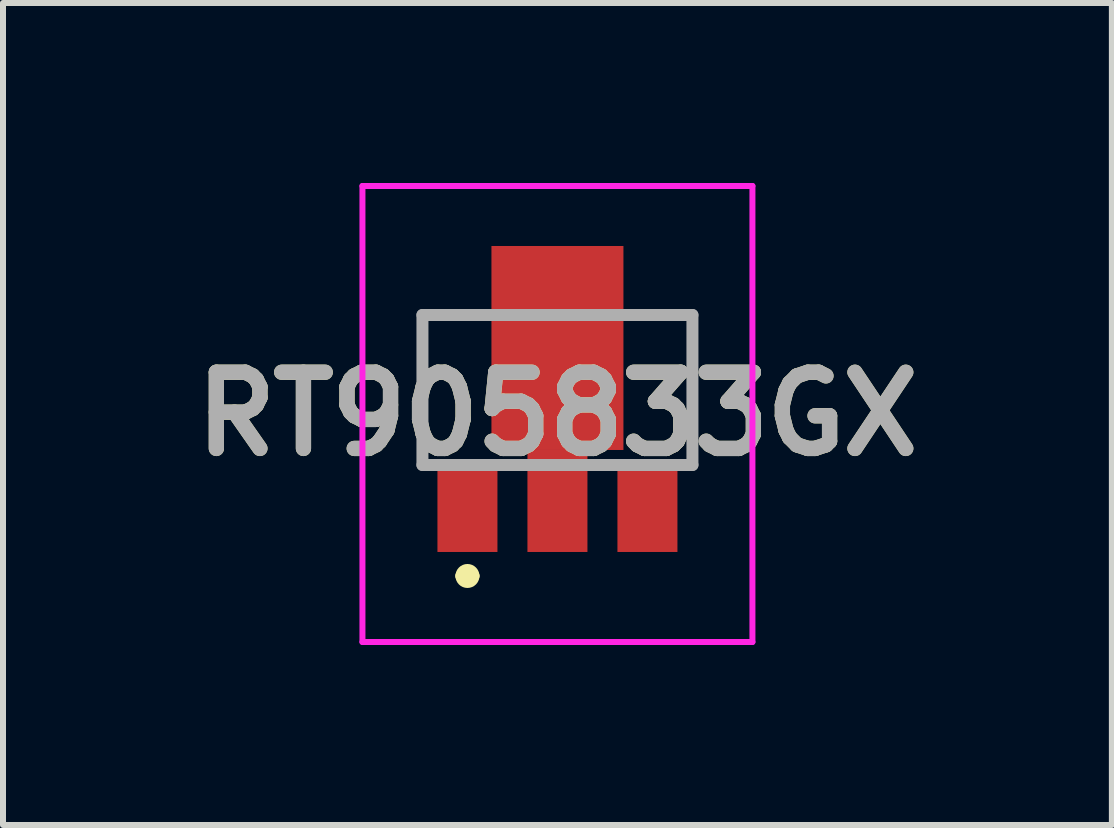
<source format=kicad_pcb>
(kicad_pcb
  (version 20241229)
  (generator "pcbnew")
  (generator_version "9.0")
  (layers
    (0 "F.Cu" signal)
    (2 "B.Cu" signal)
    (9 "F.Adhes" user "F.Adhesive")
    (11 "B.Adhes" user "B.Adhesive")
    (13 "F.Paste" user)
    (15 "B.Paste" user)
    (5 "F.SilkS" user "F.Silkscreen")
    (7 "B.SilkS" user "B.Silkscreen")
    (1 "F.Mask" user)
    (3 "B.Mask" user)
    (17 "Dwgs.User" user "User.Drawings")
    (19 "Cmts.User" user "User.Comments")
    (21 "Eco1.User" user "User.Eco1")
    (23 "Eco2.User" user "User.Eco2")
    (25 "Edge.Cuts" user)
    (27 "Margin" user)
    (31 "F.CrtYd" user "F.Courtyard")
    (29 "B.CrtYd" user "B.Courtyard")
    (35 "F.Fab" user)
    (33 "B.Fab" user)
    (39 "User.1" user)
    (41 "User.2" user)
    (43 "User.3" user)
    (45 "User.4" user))
  (footprint "RT905833GX"
    (layer "F.Cu")
    (at 6.241 3.85)
    (property "Reference" "RT905833GX" (at 0 0 0) (layer "F.SilkS") (effects (font (size 1.27 1.27) (thickness 0.254))))
    (attr smd)
    (fp_line (start -2.25 -1.65) (end -2.25 0.85) (stroke (width 0.1) (type solid)) (layer "F.SilkS"))
    (fp_line (start -1.6 2.7) (end -1.6 2.7) (stroke (width 0.2) (type solid)) (layer "F.SilkS"))
    (fp_line (start -1.5 -1.65) (end -2.25 -1.65) (stroke (width 0.1) (type solid)) (layer "F.SilkS"))
    (fp_line (start -1.4 2.7) (end -1.4 2.7) (stroke (width 0.2) (type solid)) (layer "F.SilkS"))
    (fp_line (start 1.5 -1.65) (end 2 -1.65) (stroke (width 0.1) (type solid)) (layer "F.SilkS"))
    (fp_line (start 2 -1.65) (end 2.25 -1.65) (stroke (width 0.1) (type solid)) (layer "F.SilkS"))
    (fp_line (start 2.25 -1.65) (end 2.25 0.85) (stroke (width 0.1) (type solid)) (layer "F.SilkS"))
    (fp_arc (start -1.6 2.7) (mid -1.5 2.6) (end -1.4 2.7) (stroke (width 0.2) (type solid)) (layer "F.SilkS"))
    (fp_arc (start -1.4 2.7) (mid -1.5 2.8) (end -1.6 2.7) (stroke (width 0.2) (type solid)) (layer "F.SilkS"))
    (fp_line (start -3.25 -3.8) (end 3.25 -3.8) (stroke (width 0.1) (type solid)) (layer "F.CrtYd"))
    (fp_line (start -3.25 3.8) (end -3.25 -3.8) (stroke (width 0.1) (type solid)) (layer "F.CrtYd"))
    (fp_line (start 3.25 -3.8) (end 3.25 3.8) (stroke (width 0.1) (type solid)) (layer "F.CrtYd"))
    (fp_line (start 3.25 3.8) (end -3.25 3.8) (stroke (width 0.1) (type solid)) (layer "F.CrtYd"))
    (fp_line (start -2.25 -1.65) (end 2.25 -1.65) (stroke (width 0.2) (type solid)) (layer "F.Fab"))
    (fp_line (start -2.25 0.85) (end -2.25 -1.65) (stroke (width 0.2) (type solid)) (layer "F.Fab"))
    (fp_line (start 2.25 -1.65) (end 2.25 0.85) (stroke (width 0.2) (type solid)) (layer "F.Fab"))
    (fp_line (start 2.25 0.85) (end -2.25 0.85) (stroke (width 0.2) (type solid)) (layer "F.Fab"))
    (fp_text user "${REFERENCE}" (at 0 0 0) (layer "F.Fab") (effects (font (size 1.27 1.27) (thickness 0.254))))
    (pad "1" smd rect (at -1.5 1.55) (size 1 1.5) (layers "F.Cu" "F.Mask" "F.Paste"))
    (pad "2" smd rect (at 0 1.45) (size 1 1.7) (layers "F.Cu" "F.Mask" "F.Paste"))
    (pad "3" smd rect (at 1.5 1.55) (size 1 1.5) (layers "F.Cu" "F.Mask" "F.Paste"))
    (pad "4" smd rect (at 0 -1.1) (size 2.2 3.4) (layers "F.Cu" "F.Mask" "F.Paste")))
  (gr_rect
    (start -3 -3)
    (end 15.482 10.7)
    (stroke (width 0.1) (type default))
    (fill no)
    (layer "Edge.Cuts")))
</source>
